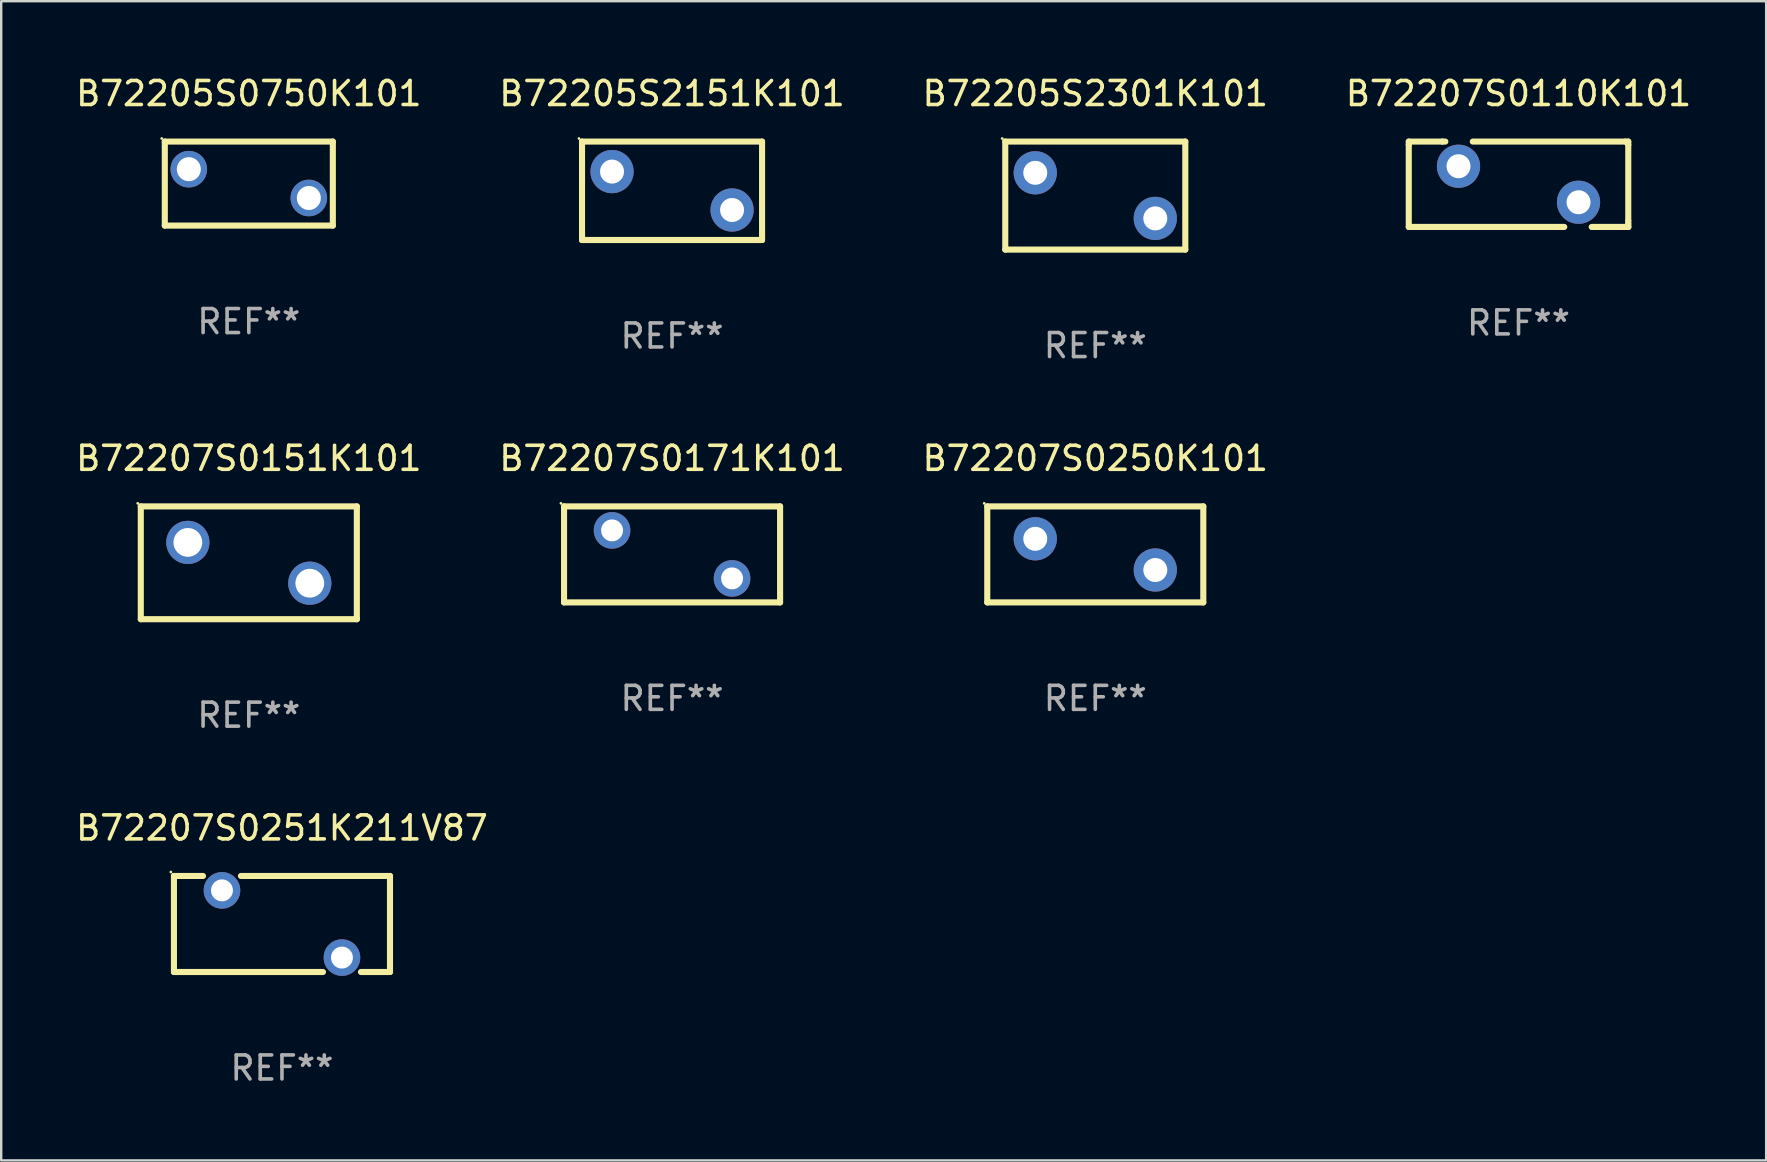
<source format=kicad_pcb>
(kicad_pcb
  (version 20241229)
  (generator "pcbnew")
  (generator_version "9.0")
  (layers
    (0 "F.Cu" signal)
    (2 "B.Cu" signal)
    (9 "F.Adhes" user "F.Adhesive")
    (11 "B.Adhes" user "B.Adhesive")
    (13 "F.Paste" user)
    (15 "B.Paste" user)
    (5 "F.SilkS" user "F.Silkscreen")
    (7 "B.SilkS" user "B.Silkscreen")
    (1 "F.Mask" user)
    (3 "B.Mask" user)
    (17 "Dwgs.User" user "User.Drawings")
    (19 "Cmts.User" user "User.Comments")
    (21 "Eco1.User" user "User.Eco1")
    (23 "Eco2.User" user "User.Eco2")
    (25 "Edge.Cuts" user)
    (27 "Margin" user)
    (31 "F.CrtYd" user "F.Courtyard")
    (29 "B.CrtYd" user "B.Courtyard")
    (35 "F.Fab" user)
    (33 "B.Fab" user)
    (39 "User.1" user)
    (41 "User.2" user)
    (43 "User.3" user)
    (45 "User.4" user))
  (footprint "B72207S0171K101"
    (layer "F.Cu")
    (at 24.946 20.045)
    (property "Reference" "B72207S0171K101" (at 0 -4 0) (layer "F.SilkS") (effects (font (size 1 1) (thickness 0.15))))
    (attr through_hole)
    (fp_line (start -4.499 -2) (end 4.501 -2) (stroke (width 0.254) (type solid)) (layer "F.SilkS"))
    (fp_line (start -4.499 1.998) (end -4.499 -2) (stroke (width 0.254) (type solid)) (layer "F.SilkS"))
    (fp_line (start 4.501 -2) (end 4.501 2) (stroke (width 0.254) (type solid)) (layer "F.SilkS"))
    (fp_line (start 4.501 2) (end -4.501 2) (stroke (width 0.254) (type solid)) (layer "F.SilkS"))
    (fp_circle (center -4.628 -2.127) (end -4.598 -2.127) (stroke (width 0.06) (type solid)) (fill no) (layer "F.SilkS"))
    (fp_text user "REF**" (at 0 6 0) (layer "F.Fab") (effects (font (size 1 1) (thickness 0.15))))
    (pad "1" thru_hole circle (at -2.499 -1) (size 1.524 1.524) (drill 0.914) (layers "*.Cu" "*.Mask"))
    (pad "2" thru_hole circle (at 2.5 1) (size 1.524 1.524) (drill 0.914) (layers "*.Cu" "*.Mask")))
  (footprint "B72207S0250K101"
    (layer "F.Cu")
    (at 42.577 20.045)
    (property "Reference" "B72207S0250K101" (at 0 -4 0) (layer "F.SilkS") (effects (font (size 1 1) (thickness 0.15))))
    (attr through_hole)
    (fp_line (start -4.5 -2) (end 4.5 -2) (stroke (width 0.254) (type solid)) (layer "F.SilkS"))
    (fp_line (start -4.5 2) (end -4.5 -2) (stroke (width 0.254) (type solid)) (layer "F.SilkS"))
    (fp_line (start 4.5 -2) (end 4.5 2) (stroke (width 0.254) (type solid)) (layer "F.SilkS"))
    (fp_line (start 4.5 2) (end -4.5 2) (stroke (width 0.254) (type solid)) (layer "F.SilkS"))
    (fp_circle (center -4.627 -2.127) (end -4.597 -2.127) (stroke (width 0.06) (type solid)) (fill no) (layer "F.SilkS"))
    (fp_text user "REF**" (at 0 6 0) (layer "F.Fab") (effects (font (size 1 1) (thickness 0.15))))
    (pad "1" thru_hole circle (at -2.5 -0.65) (size 1.8 1.8) (drill 1) (layers "*.Cu" "*.Mask"))
    (pad "2" thru_hole circle (at 2.5 0.65) (size 1.8 1.8) (drill 1) (layers "*.Cu" "*.Mask")))
  (footprint "B72205S0750K101"
    (layer "F.Cu")
    (at 7.315 4.598)
    (property "Reference" "B72205S0750K101" (at 0 -3.75 0) (layer "F.SilkS") (effects (font (size 1 1) (thickness 0.15))))
    (attr through_hole)
    (fp_line (start -3.5 -1.75) (end 3.5 -1.75) (stroke (width 0.254) (type solid)) (layer "F.SilkS"))
    (fp_line (start -3.5 1.75) (end -3.5 -1.75) (stroke (width 0.254) (type solid)) (layer "F.SilkS"))
    (fp_line (start -3.5 1.75) (end 3.5 1.75) (stroke (width 0.254) (type solid)) (layer "F.SilkS"))
    (fp_line (start 3.5 -1.75) (end 3.5 1.75) (stroke (width 0.254) (type solid)) (layer "F.SilkS"))
    (fp_circle (center -3.627 -1.877) (end -3.597 -1.877) (stroke (width 0.06) (type solid)) (fill no) (layer "F.SilkS"))
    (fp_text user "REF**" (at 0 5.75 0) (layer "F.Fab") (effects (font (size 1 1) (thickness 0.15))))
    (pad "1" thru_hole circle (at -2.5 -0.6) (size 1.524 1.524) (drill 1) (layers "*.Cu" "*.Mask"))
    (pad "2" thru_hole circle (at 2.5 0.6) (size 1.524 1.524) (drill 1) (layers "*.Cu" "*.Mask")))
  (footprint "B72205S2301K101"
    (layer "F.Cu")
    (at 42.577 5.098)
    (property "Reference" "B72205S2301K101" (at 0 -4.25 0) (layer "F.SilkS") (effects (font (size 1 1) (thickness 0.15))))
    (attr through_hole)
    (fp_line (start -3.75 -2.25) (end -3.75 2.25) (stroke (width 0.254) (type solid)) (layer "F.SilkS"))
    (fp_line (start -3.75 -2.25) (end 3.75 -2.25) (stroke (width 0.254) (type solid)) (layer "F.SilkS"))
    (fp_line (start -3.75 2.25) (end 3.75 2.25) (stroke (width 0.254) (type solid)) (layer "F.SilkS"))
    (fp_line (start 3.75 -2.25) (end 3.75 2.25) (stroke (width 0.254) (type solid)) (layer "F.SilkS"))
    (fp_circle (center -3.877 -2.377) (end -3.847 -2.377) (stroke (width 0.06) (type solid)) (fill no) (layer "F.SilkS"))
    (fp_text user "REF**" (at 0 6.25 0) (layer "F.Fab") (effects (font (size 1 1) (thickness 0.15))))
    (pad "1" thru_hole circle (at -2.5 -0.95) (size 1.8 1.8) (drill 1) (layers "*.Cu" "*.Mask"))
    (pad "2" thru_hole circle (at 2.5 0.95) (size 1.8 1.8) (drill 1) (layers "*.Cu" "*.Mask")))
  (footprint "B72205S2151K101"
    (layer "F.Cu")
    (at 24.946 4.898)
    (property "Reference" "B72205S2151K101" (at 0 -4.05 0) (layer "F.SilkS") (effects (font (size 1 1) (thickness 0.15))))
    (attr through_hole)
    (fp_line (start -3.75 -2.05) (end -3.75 2.05) (stroke (width 0.254) (type solid)) (layer "F.SilkS"))
    (fp_line (start -3.75 -2.05) (end 3.75 -2.05) (stroke (width 0.254) (type solid)) (layer "F.SilkS"))
    (fp_line (start -3.75 2.05) (end 3.75 2.05) (stroke (width 0.254) (type solid)) (layer "F.SilkS"))
    (fp_line (start 3.75 -2.05) (end 3.75 2.05) (stroke (width 0.254) (type solid)) (layer "F.SilkS"))
    (fp_circle (center -3.877 -2.177) (end -3.847 -2.177) (stroke (width 0.06) (type solid)) (fill no) (layer "F.SilkS"))
    (fp_text user "REF**" (at 0 6.05 0) (layer "F.Fab") (effects (font (size 1 1) (thickness 0.15))))
    (pad "1" thru_hole circle (at -2.5 -0.8) (size 1.8 1.8) (drill 1) (layers "*.Cu" "*.Mask"))
    (pad "2" thru_hole circle (at 2.5 0.8) (size 1.8 1.8) (drill 1) (layers "*.Cu" "*.Mask")))
  (footprint "B72207S0251K211V87"
    (layer "F.Cu")
    (at 8.696 35.441)
    (property "Reference" "B72207S0251K211V87" (at 0 -4 0) (layer "F.SilkS") (effects (font (size 1 1) (thickness 0.15))))
    (attr through_hole)
    (fp_line (start -4.5 -2) (end -3.29 -2) (stroke (width 0.254) (type solid)) (layer "F.SilkS"))
    (fp_line (start -4.5 1.998) (end -4.5 -2) (stroke (width 0.254) (type solid)) (layer "F.SilkS"))
    (fp_line (start -1.709 -2) (end 4.5 -2) (stroke (width 0.254) (type solid)) (layer "F.SilkS"))
    (fp_line (start 1.708 2) (end -4.5 2) (stroke (width 0.254) (type solid)) (layer "F.SilkS"))
    (fp_line (start 4.5 -2) (end 4.5 2) (stroke (width 0.254) (type solid)) (layer "F.SilkS"))
    (fp_line (start 4.5 2) (end 3.29 2) (stroke (width 0.254) (type solid)) (layer "F.SilkS"))
    (fp_circle (center -4.627 -2.162) (end -4.597 -2.162) (stroke (width 0.06) (type solid)) (fill no) (layer "F.SilkS"))
    (fp_text user "REF**" (at 0 6 0) (layer "F.Fab") (effects (font (size 1 1) (thickness 0.15))))
    (pad "1" thru_hole circle (at -2.499 -1.4) (size 1.524 1.524) (drill 0.914) (layers "*.Cu" "*.Mask"))
    (pad "2" thru_hole circle (at 2.499 1.4) (size 1.524 1.524) (drill 0.914) (layers "*.Cu" "*.Mask")))
  (footprint "B72207S0151K101"
    (layer "F.Cu")
    (at 7.315 20.395)
    (property "Reference" "B72207S0151K101" (at 0 -4.35 0) (layer "F.SilkS") (effects (font (size 1 1) (thickness 0.15))))
    (attr through_hole)
    (fp_line (start -4.5 -2.35) (end 4.5 -2.35) (stroke (width 0.254) (type solid)) (layer "F.SilkS"))
    (fp_line (start -4.5 2.35) (end -4.5 -2.35) (stroke (width 0.254) (type solid)) (layer "F.SilkS"))
    (fp_line (start 4.5 -2.35) (end 4.5 2.35) (stroke (width 0.254) (type solid)) (layer "F.SilkS"))
    (fp_line (start 4.5 2.35) (end -4.5 2.35) (stroke (width 0.254) (type solid)) (layer "F.SilkS"))
    (fp_circle (center -4.627 -2.477) (end -4.597 -2.477) (stroke (width 0.06) (type solid)) (fill no) (layer "F.SilkS"))
    (fp_text user "REF**" (at 0 6.35 0) (layer "F.Fab") (effects (font (size 1 1) (thickness 0.15))))
    (pad "1" thru_hole circle (at -2.54 -0.85) (size 1.8 1.8) (drill 1.2) (layers "*.Cu" "*.Mask"))
    (pad "2" thru_hole circle (at 2.54 0.85) (size 1.8 1.8) (drill 1.2) (layers "*.Cu" "*.Mask")))
  (footprint "B72207S0110K101"
    (layer "F.Cu")
    (at 60.208 4.626)
    (property "Reference" "B72207S0110K101" (at 0 -3.778 0) (layer "F.SilkS") (effects (font (size 1 1) (thickness 0.15))))
    (attr through_hole)
    (fp_line (start -4.572 -1.778) (end -3.175 -1.778) (stroke (width 0.254) (type solid)) (layer "F.SilkS"))
    (fp_line (start -4.572 -1.651) (end -4.572 -1.778) (stroke (width 0.254) (type solid)) (layer "F.SilkS"))
    (fp_line (start -4.572 1.778) (end -4.572 -1.651) (stroke (width 0.254) (type solid)) (layer "F.SilkS"))
    (fp_line (start -4.572 1.778) (end 1.905 1.778) (stroke (width 0.254) (type solid)) (layer "F.SilkS"))
    (fp_line (start -3.175 -1.778) (end -3.048 -1.778) (stroke (width 0.254) (type solid)) (layer "F.SilkS"))
    (fp_line (start 4.445 -1.778) (end -1.905 -1.778) (stroke (width 0.254) (type solid)) (layer "F.SilkS"))
    (fp_line (start 4.445 -1.778) (end 4.572 -1.778) (stroke (width 0.254) (type solid)) (layer "F.SilkS"))
    (fp_line (start 4.572 -1.778) (end 4.572 -1.651) (stroke (width 0.254) (type solid)) (layer "F.SilkS"))
    (fp_line (start 4.572 -1.651) (end 4.572 1.524) (stroke (width 0.254) (type solid)) (layer "F.SilkS"))
    (fp_line (start 4.572 1.524) (end 4.572 1.651) (stroke (width 0.254) (type solid)) (layer "F.SilkS"))
    (fp_line (start 4.572 1.651) (end 4.572 1.778) (stroke (width 0.254) (type solid)) (layer "F.SilkS"))
    (fp_line (start 4.572 1.778) (end 3.048 1.778) (stroke (width 0.254) (type solid)) (layer "F.SilkS"))
    (fp_line (start 4.572 1.778) (end 4.572 1.777) (stroke (width 0.254) (type solid)) (layer "F.SilkS"))
    (fp_circle (center -4.5 -1.701) (end -4.47 -1.701) (stroke (width 0.06) (type solid)) (fill no) (layer "F.SilkS"))
    (fp_text user "REF**" (at 0 5.778 0) (layer "F.Fab") (effects (font (size 1 1) (thickness 0.15))))
    (pad "1" thru_hole circle (at -2.5 -0.751) (size 1.8 1.8) (drill 1) (layers "*.Cu" "*.Mask"))
    (pad "2" thru_hole circle (at 2.5 0.749) (size 1.8 1.8) (drill 1) (layers "*.Cu" "*.Mask")))
  (gr_rect
    (start -3 -3)
    (end 70.524 45.29)
    (stroke (width 0.1) (type default))
    (fill no)
    (layer "Edge.Cuts")))
</source>
